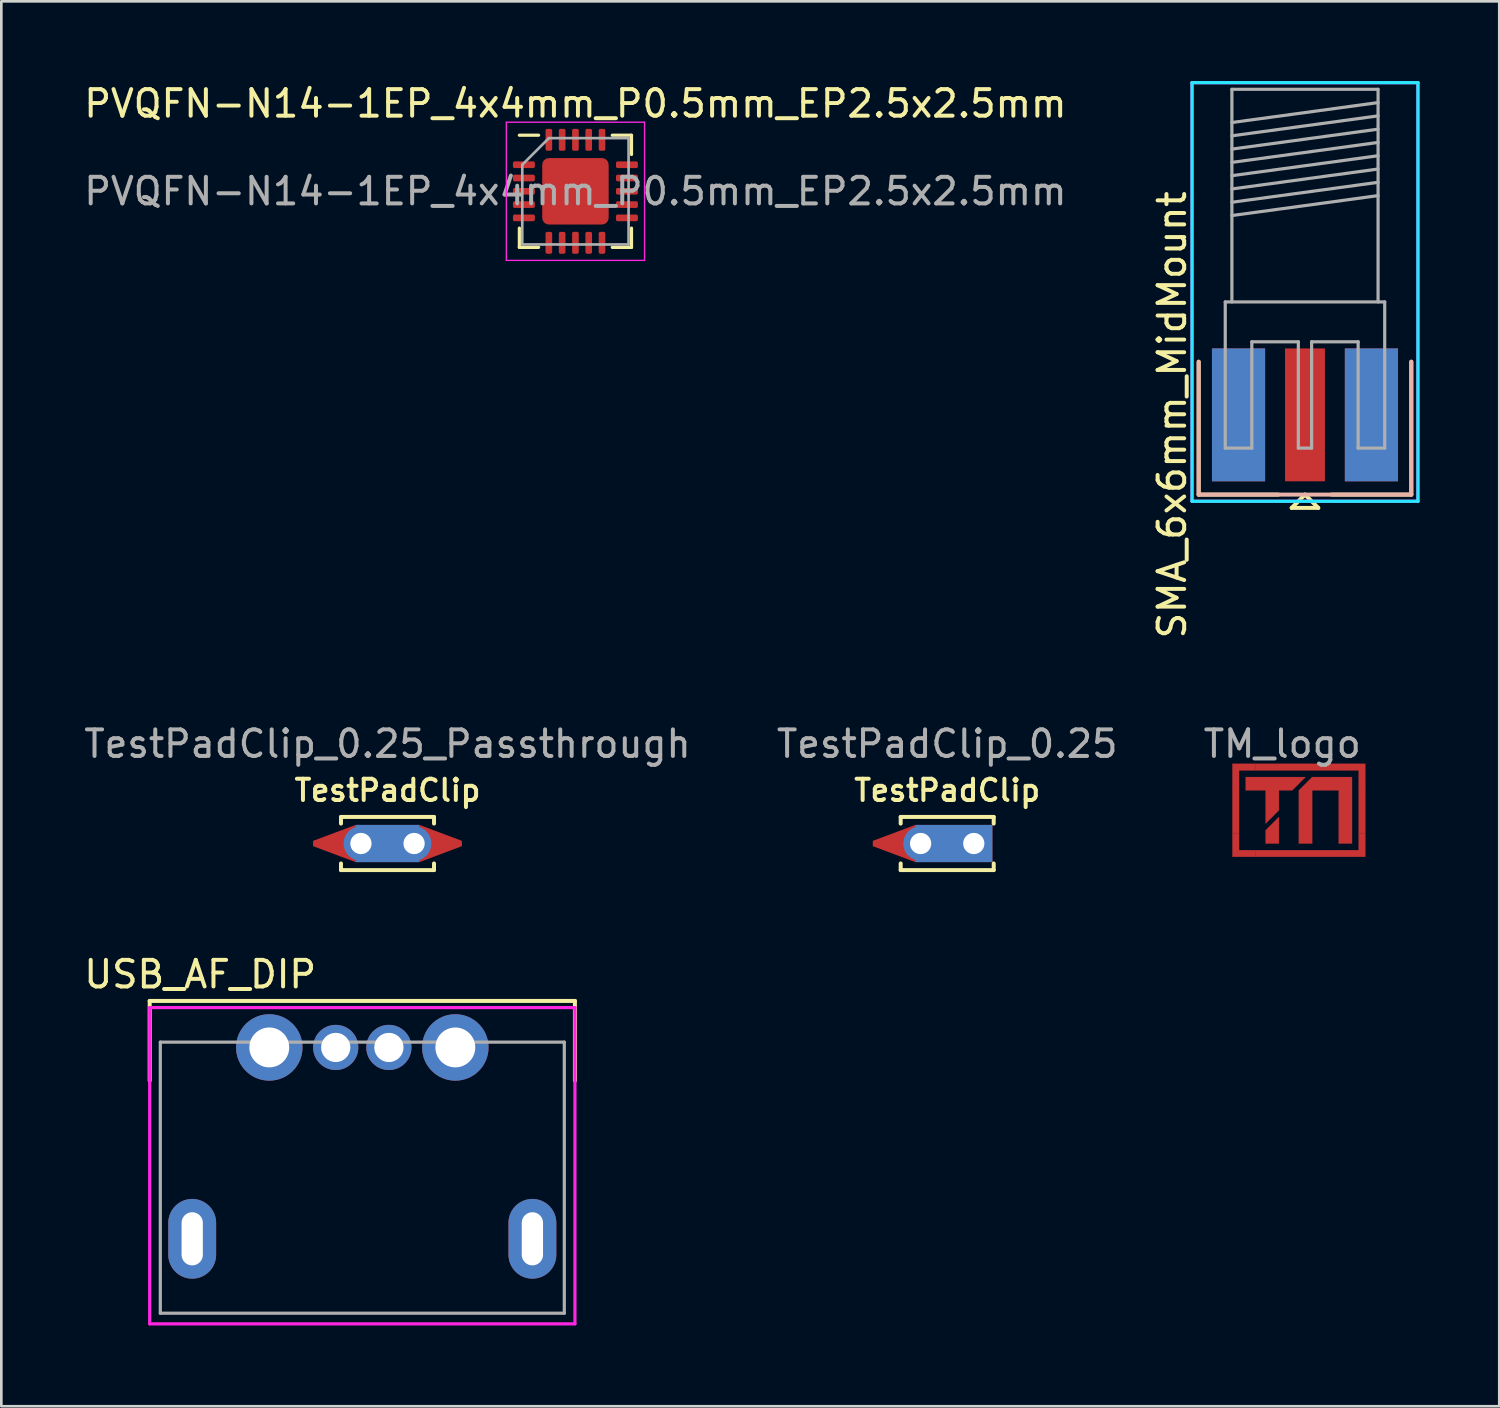
<source format=kicad_pcb>
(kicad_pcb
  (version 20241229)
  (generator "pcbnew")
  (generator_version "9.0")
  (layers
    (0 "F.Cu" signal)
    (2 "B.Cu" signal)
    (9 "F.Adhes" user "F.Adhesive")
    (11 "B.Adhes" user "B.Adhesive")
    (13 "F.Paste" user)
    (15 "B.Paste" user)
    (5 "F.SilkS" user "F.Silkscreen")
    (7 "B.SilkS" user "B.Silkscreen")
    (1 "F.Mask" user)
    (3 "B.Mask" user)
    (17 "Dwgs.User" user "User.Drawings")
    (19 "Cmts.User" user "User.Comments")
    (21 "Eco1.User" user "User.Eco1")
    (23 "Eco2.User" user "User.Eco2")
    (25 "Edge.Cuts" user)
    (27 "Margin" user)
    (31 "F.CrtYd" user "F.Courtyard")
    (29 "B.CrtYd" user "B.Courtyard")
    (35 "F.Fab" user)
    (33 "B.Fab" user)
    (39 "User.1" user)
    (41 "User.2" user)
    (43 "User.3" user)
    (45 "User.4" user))
  (footprint "TM_logo"
    (layer "F.Cu")
    (at 45.571 26.438)
    (property "Reference" "TM_logo" (at -0.375 -1.5 0) (layer "F.Fab") (effects (font (size 1 1) (thickness 0.15))))
    (attr through_hole)
    (fp_poly (pts (xy -2 0.125) (xy -2 1.875) (xy -2.25 1.875) (xy -2.25 0.125)) (stroke (width 0.01) (type solid)) (fill yes) (layer "F.Cu"))
    (fp_poly (pts (xy -0.5 2.25) (xy -1 2.25) (xy -1 1.75) (xy -0.5 1.25)) (stroke (width 0.01) (type solid)) (fill yes) (layer "F.Cu"))
    (fp_poly (pts (xy 1.875 -0.5) (xy -1.375 -0.5) (xy -1.375 -0.75) (xy 1.875 -0.75)) (stroke (width 0.01) (type solid)) (fill yes) (layer "F.Cu"))
    (fp_poly (pts (xy 1.875 2.75) (xy -1.375 2.75) (xy -1.375 2.5) (xy 1.875 2.5)) (stroke (width 0.01) (type solid)) (fill yes) (layer "F.Cu"))
    (fp_poly (pts (xy 2.75 0.125) (xy 2.75 1.875) (xy 2.5 1.875) (xy 2.5 0.125)) (stroke (width 0.01) (type solid)) (fill yes) (layer "F.Cu"))
    (fp_poly (pts (xy -2 1.875) (xy -2 2.5) (xy -1.375 2.5) (xy -1.375 2.75) (xy -2.25 2.75) (xy -2.25 1.875)) (stroke (width 0.01) (type solid)) (fill yes) (layer "F.Cu"))
    (fp_poly (pts (xy -1.375 -0.5) (xy -2 -0.5) (xy -2 0.125) (xy -2.25 0.125) (xy -2.25 -0.75) (xy -1.375 -0.75)) (stroke (width 0.01) (type solid)) (fill yes) (layer "F.Cu"))
    (fp_poly (pts (xy 1.875 2.5) (xy 2.5 2.5) (xy 2.5 1.875) (xy 2.75 1.875) (xy 2.75 2.75) (xy 1.875 2.75)) (stroke (width 0.01) (type solid)) (fill yes) (layer "F.Cu"))
    (fp_poly (pts (xy 2.5 0.125) (xy 2.5 -0.5) (xy 1.875 -0.5) (xy 1.875 -0.75) (xy 2.75 -0.75) (xy 2.75 0.125)) (stroke (width 0.01) (type solid)) (fill yes) (layer "F.Cu"))
    (fp_poly (pts (xy 0 0.25) (xy -0.5 0.25) (xy -0.5 1) (xy -1 1.5) (xy -1 0.25) (xy -1.75 0.25) (xy -1.75 -0.25) (xy 0.5 -0.25)) (stroke (width 0.01) (type solid)) (fill yes) (layer "F.Cu"))
    (fp_poly (pts (xy 2.25 2.25) (xy 1.75 2.25) (xy 1.75 0.25) (xy 0.75 0.25) (xy 0.75 2.25) (xy 0.25 2.25) (xy 0.25 0.25) (xy 0.75 -0.25) (xy 2.25 -0.25)) (stroke (width 0.01) (type solid)) (fill yes) (layer "F.Cu"))
    (fp_poly (pts (xy -0.5 2.25) (xy -1 2.25) (xy -1 1.75) (xy -0.5 1.25)) (stroke (width 0.01) (type solid)) (fill yes) (layer "F.Mask"))
    (fp_poly (pts (xy -2 1.875) (xy -2 2.5) (xy -1.375 2.5) (xy -1.375 2.75) (xy -2.25 2.75) (xy -2.25 1.875)) (stroke (width 0.01) (type solid)) (fill yes) (layer "F.Mask"))
    (fp_poly (pts (xy -1.375 -0.5) (xy -2 -0.5) (xy -2 0.125) (xy -2.25 0.125) (xy -2.25 -0.75) (xy -1.375 -0.75)) (stroke (width 0.01) (type solid)) (fill yes) (layer "F.Mask"))
    (fp_poly (pts (xy 1.875 2.5) (xy 2.5 2.5) (xy 2.5 1.875) (xy 2.75 1.875) (xy 2.75 2.75) (xy 1.875 2.75)) (stroke (width 0.01) (type solid)) (fill yes) (layer "F.Mask"))
    (fp_poly (pts (xy 2.5 0.125) (xy 2.5 -0.5) (xy 1.875 -0.5) (xy 1.875 -0.75) (xy 2.75 -0.75) (xy 2.75 0.125)) (stroke (width 0.01) (type solid)) (fill yes) (layer "F.Mask"))
    (fp_poly (pts (xy 0 0.25) (xy -0.5 0.25) (xy -0.5 1) (xy -1 1.5) (xy -1 0.25) (xy -1.75 0.25) (xy -1.75 -0.25) (xy 0.5 -0.25)) (stroke (width 0.01) (type solid)) (fill yes) (layer "F.Mask"))
    (fp_poly (pts (xy 2.25 2.25) (xy 1.75 2.25) (xy 1.75 0.25) (xy 0.75 0.25) (xy 0.75 2.25) (xy 0.25 2.25) (xy 0.25 0.25) (xy 0.75 -0.25) (xy 2.25 -0.25)) (stroke (width 0.01) (type solid)) (fill yes) (layer "F.Mask")))
  (footprint "SMA_6x6mm_MidMount"
    (layer "F.Cu")
    (at 46.051 12.56)
    (property "Reference" "SMA_6x6mm_MidMount" (at -5 0 90) (layer "F.SilkS") (effects (font (size 1 1) (thickness 0.15))))
    (attr through_hole)
    (fp_line (start -4 -2) (end -4 3) (stroke (width 0.15) (type solid)) (layer "F.SilkS"))
    (fp_line (start -4 3) (end -1 3) (stroke (width 0.15) (type solid)) (layer "F.SilkS"))
    (fp_line (start -0.5 3.5) (end 0.5 3.5) (stroke (width 0.15) (type solid)) (layer "F.SilkS"))
    (fp_line (start 0 3) (end -0.5 3.5) (stroke (width 0.15) (type solid)) (layer "F.SilkS"))
    (fp_line (start 0.5 3.5) (end 0 3) (stroke (width 0.15) (type solid)) (layer "F.SilkS"))
    (fp_line (start 1 3) (end 4 3) (stroke (width 0.15) (type solid)) (layer "F.SilkS"))
    (fp_line (start 4 3) (end 4 -2) (stroke (width 0.15) (type solid)) (layer "F.SilkS"))
    (fp_line (start -4 -2) (end -4 3) (stroke (width 0.15) (type solid)) (layer "B.SilkS"))
    (fp_line (start -4 3) (end 4 3) (stroke (width 0.15) (type solid)) (layer "B.SilkS"))
    (fp_line (start 4 3) (end 4 -2) (stroke (width 0.15) (type solid)) (layer "B.SilkS"))
    (fp_line (start -4.25 -12.5) (end -4.25 3.25) (stroke (width 0.12) (type solid)) (layer "B.CrtYd"))
    (fp_line (start -4.25 3.25) (end 4.25 3.25) (stroke (width 0.12) (type solid)) (layer "B.CrtYd"))
    (fp_line (start 4.25 -12.5) (end -4.25 -12.5) (stroke (width 0.12) (type solid)) (layer "B.CrtYd"))
    (fp_line (start 4.25 3.25) (end 4.25 -12.5) (stroke (width 0.12) (type solid)) (layer "B.CrtYd"))
    (fp_line (start -4.25 -12.5) (end -4.25 3.25) (stroke (width 0.12) (type solid)) (layer "F.CrtYd"))
    (fp_line (start -4.25 3.25) (end 4.25 3.25) (stroke (width 0.12) (type solid)) (layer "F.CrtYd"))
    (fp_line (start 4.25 -12.5) (end -4.25 -12.5) (stroke (width 0.12) (type solid)) (layer "F.CrtYd"))
    (fp_line (start 4.25 3.25) (end 4.25 -12.5) (stroke (width 0.12) (type solid)) (layer "F.CrtYd"))
    (fp_line (start -3 -4.25) (end -3 1.25) (stroke (width 0.12) (type solid)) (layer "F.Fab"))
    (fp_line (start -3 -4.25) (end 3 -4.25) (stroke (width 0.12) (type solid)) (layer "F.Fab"))
    (fp_line (start -3 1.25) (end -2 1.25) (stroke (width 0.12) (type solid)) (layer "F.Fab"))
    (fp_line (start -2.75 -12.25) (end 2.75 -12.25) (stroke (width 0.12) (type solid)) (layer "F.Fab"))
    (fp_line (start -2.75 -4.25) (end -2.75 -12.25) (stroke (width 0.12) (type solid)) (layer "F.Fab"))
    (fp_line (start -2 -2.75) (end -2 1.25) (stroke (width 0.12) (type solid)) (layer "F.Fab"))
    (fp_line (start -2 -2.75) (end -0.25 -2.75) (stroke (width 0.12) (type solid)) (layer "F.Fab"))
    (fp_line (start -0.25 -2.75) (end -0.25 1.25) (stroke (width 0.12) (type solid)) (layer "F.Fab"))
    (fp_line (start -0.25 1.25) (end 0.25 1.25) (stroke (width 0.12) (type solid)) (layer "F.Fab"))
    (fp_line (start 0.25 -2.75) (end 0.25 1.25) (stroke (width 0.12) (type solid)) (layer "F.Fab"))
    (fp_line (start 0.25 -2.75) (end 2 -2.75) (stroke (width 0.12) (type solid)) (layer "F.Fab"))
    (fp_line (start 2 -2.75) (end 2 1.25) (stroke (width 0.12) (type solid)) (layer "F.Fab"))
    (fp_line (start 2 1.25) (end 3 1.25) (stroke (width 0.12) (type solid)) (layer "F.Fab"))
    (fp_line (start 2.75 -11.75) (end -2.75 -11) (stroke (width 0.12) (type solid)) (layer "F.Fab"))
    (fp_line (start 2.75 -11.25) (end -2.75 -10.5) (stroke (width 0.12) (type solid)) (layer "F.Fab"))
    (fp_line (start 2.75 -10.75) (end -2.75 -10) (stroke (width 0.12) (type solid)) (layer "F.Fab"))
    (fp_line (start 2.75 -10.25) (end -2.75 -9.5) (stroke (width 0.12) (type solid)) (layer "F.Fab"))
    (fp_line (start 2.75 -9.75) (end -2.75 -9) (stroke (width 0.12) (type solid)) (layer "F.Fab"))
    (fp_line (start 2.75 -9.25) (end -2.75 -8.5) (stroke (width 0.12) (type solid)) (layer "F.Fab"))
    (fp_line (start 2.75 -8.75) (end -2.75 -8) (stroke (width 0.12) (type solid)) (layer "F.Fab"))
    (fp_line (start 2.75 -8.25) (end -2.75 -7.5) (stroke (width 0.12) (type solid)) (layer "F.Fab"))
    (fp_line (start 2.75 -4.25) (end 2.75 -12.25) (stroke (width 0.12) (type solid)) (layer "F.Fab"))
    (fp_line (start 3 -4.25) (end 3 1.25) (stroke (width 0.12) (type solid)) (layer "F.Fab"))
    (pad "1" smd rect (at 0 0) (size 1.5 5) (layers "F.Cu" "F.Mask" "F.Paste"))
    (pad "2" smd rect (at -2.5 0) (size 2 5) (layers "F.Cu" "F.Mask" "F.Paste"))
    (pad "2" smd rect (at -2.5 0) (size 2 5) (layers "B.Cu" "B.Mask" "B.Paste"))
    (pad "2" smd rect (at 2.5 0) (size 2 5) (layers "F.Cu" "F.Mask" "F.Paste"))
    (pad "2" smd rect (at 2.5 0) (size 2 5) (layers "B.Cu" "B.Mask" "B.Paste")))
  (footprint "USB_AF_DIP"
    (layer "F.Cu")
    (at 10.582 46.611)
    (property "Reference" "USB_AF_DIP" (at -6.1 -13 0) (layer "F.SilkS") (effects (font (size 1 1) (thickness 0.15))))
    (attr through_hole)
    (fp_line (start -8 -12) (end 8 -12) (stroke (width 0.15) (type solid)) (layer "F.SilkS"))
    (fp_line (start -8 -9) (end -8 -12) (stroke (width 0.15) (type solid)) (layer "F.SilkS"))
    (fp_line (start 8 -12) (end 8 -9) (stroke (width 0.15) (type solid)) (layer "F.SilkS"))
    (fp_line (start -8 -11.75) (end -8 0.15) (stroke (width 0.12) (type solid)) (layer "F.CrtYd"))
    (fp_line (start -8 0.15) (end 8 0.15) (stroke (width 0.12) (type solid)) (layer "F.CrtYd"))
    (fp_line (start 8 -11.75) (end -8 -11.75) (stroke (width 0.12) (type solid)) (layer "F.CrtYd"))
    (fp_line (start 8 0.15) (end 8 -11.75) (stroke (width 0.12) (type solid)) (layer "F.CrtYd"))
    (fp_line (start -7.6 -10.45) (end -7.6 -0.25) (stroke (width 0.12) (type solid)) (layer "F.Fab"))
    (fp_line (start 7.6 -10.45) (end -7.6 -10.45) (stroke (width 0.12) (type solid)) (layer "F.Fab"))
    (fp_line (start 7.6 -10.45) (end 7.6 -0.25) (stroke (width 0.12) (type solid)) (layer "F.Fab"))
    (fp_line (start 7.6 -0.25) (end -7.6 -0.25) (stroke (width 0.12) (type solid)) (layer "F.Fab"))
    (pad "1" thru_hole circle (at -3.5 -10.25) (size 2.5 2.5) (drill 1.5) (layers "*.Cu" "*.Mask"))
    (pad "2" thru_hole circle (at -1 -10.25) (size 1.7 1.7) (drill 1.1) (layers "*.Cu" "*.Mask"))
    (pad "3" thru_hole circle (at 1 -10.25) (size 1.7 1.7) (drill 1.1) (layers "*.Cu" "*.Mask"))
    (pad "4" thru_hole circle (at 3.5 -10.25) (size 2.5 2.5) (drill 1.5) (layers "*.Cu" "*.Mask"))
    (pad "5" thru_hole oval (at -6.4 -3.05) (size 1.8 3) (drill oval 0.8 2) (layers "*.Cu" "*.Mask"))
    (pad "5" thru_hole oval (at 6.4 -3.05) (size 1.8 3) (drill oval 0.8 2) (layers "*.Cu" "*.Mask")))
  (footprint "PVQFN-N14-1EP_4x4mm_P0.5mm_EP2.5x2.5mm"
    (layer "F.Cu")
    (at 18.601 4.148)
    (property "Reference" "PVQFN-N14-1EP_4x4mm_P0.5mm_EP2.5x2.5mm" (at 0 -3.3 0) (layer "F.SilkS") (effects (font (size 1 1) (thickness 0.15))))
    (attr smd)
    (fp_line (start -2.11 2.11) (end -2.11 1.385) (stroke (width 0.12) (type solid)) (layer "F.SilkS"))
    (fp_line (start -1.385 -2.11) (end -2.11 -2.11) (stroke (width 0.12) (type solid)) (layer "F.SilkS"))
    (fp_line (start -1.385 2.11) (end -2.11 2.11) (stroke (width 0.12) (type solid)) (layer "F.SilkS"))
    (fp_line (start 1.385 -2.11) (end 2.11 -2.11) (stroke (width 0.12) (type solid)) (layer "F.SilkS"))
    (fp_line (start 1.385 2.11) (end 2.11 2.11) (stroke (width 0.12) (type solid)) (layer "F.SilkS"))
    (fp_line (start 2.11 -2.11) (end 2.11 -1.385) (stroke (width 0.12) (type solid)) (layer "F.SilkS"))
    (fp_line (start 2.11 2.11) (end 2.11 1.385) (stroke (width 0.12) (type solid)) (layer "F.SilkS"))
    (fp_line (start -2.6 -2.6) (end -2.6 2.6) (stroke (width 0.05) (type solid)) (layer "F.CrtYd"))
    (fp_line (start -2.6 2.6) (end 2.6 2.6) (stroke (width 0.05) (type solid)) (layer "F.CrtYd"))
    (fp_line (start 2.6 -2.6) (end -2.6 -2.6) (stroke (width 0.05) (type solid)) (layer "F.CrtYd"))
    (fp_line (start 2.6 2.6) (end 2.6 -2.6) (stroke (width 0.05) (type solid)) (layer "F.CrtYd"))
    (fp_line (start -2 -1) (end -1 -2) (stroke (width 0.1) (type solid)) (layer "F.Fab"))
    (fp_line (start -2 2) (end -2 -1) (stroke (width 0.1) (type solid)) (layer "F.Fab"))
    (fp_line (start -1 -2) (end 2 -2) (stroke (width 0.1) (type solid)) (layer "F.Fab"))
    (fp_line (start 2 -2) (end 2 2) (stroke (width 0.1) (type solid)) (layer "F.Fab"))
    (fp_line (start 2 2) (end -2 2) (stroke (width 0.1) (type solid)) (layer "F.Fab"))
    (fp_text user "${REFERENCE}" (at 0 0 0) (layer "F.Fab") (effects (font (size 1 1) (thickness 0.15))))
    (pad "" smd roundrect (at -0.625 -0.625) (size 1.01 1.01) (layers "F.Paste") (roundrect_rratio 0.248))
    (pad "" smd roundrect (at -0.625 0.625) (size 1.01 1.01) (layers "F.Paste") (roundrect_rratio 0.248))
    (pad "" smd roundrect (at 0.625 -0.625) (size 1.01 1.01) (layers "F.Paste") (roundrect_rratio 0.248))
    (pad "" smd roundrect (at 0.625 0.625) (size 1.01 1.01) (layers "F.Paste") (roundrect_rratio 0.248))
    (pad "1" smd roundrect (at -1.938 -1) (size 0.825 0.25) (layers "F.Cu" "F.Mask" "F.Paste") (roundrect_rratio 0.25))
    (pad "2" smd roundrect (at -1.938 -0.5) (size 0.825 0.25) (layers "F.Cu" "F.Mask" "F.Paste") (roundrect_rratio 0.25))
    (pad "3" smd roundrect (at -1.938 0) (size 0.825 0.25) (layers "F.Cu" "F.Mask" "F.Paste") (roundrect_rratio 0.25))
    (pad "4" smd roundrect (at -1.938 0.5) (size 0.825 0.25) (layers "F.Cu" "F.Mask" "F.Paste") (roundrect_rratio 0.25))
    (pad "5" smd roundrect (at -1.938 1) (size 0.825 0.25) (layers "F.Cu" "F.Mask" "F.Paste") (roundrect_rratio 0.25))
    (pad "6" smd roundrect (at -1 1.938) (size 0.25 0.825) (layers "F.Cu" "F.Mask" "F.Paste") (roundrect_rratio 0.25))
    (pad "7" smd roundrect (at -0.5 1.938) (size 0.25 0.825) (layers "F.Cu" "F.Mask" "F.Paste") (roundrect_rratio 0.25))
    (pad "8" smd roundrect (at 0 1.938) (size 0.25 0.825) (layers "F.Cu" "F.Mask" "F.Paste") (roundrect_rratio 0.25))
    (pad "9" smd roundrect (at 0.5 1.938) (size 0.25 0.825) (layers "F.Cu" "F.Mask" "F.Paste") (roundrect_rratio 0.25))
    (pad "10" smd roundrect (at 1 1.938) (size 0.25 0.825) (layers "F.Cu" "F.Mask" "F.Paste") (roundrect_rratio 0.25))
    (pad "11" smd roundrect (at 1.938 1) (size 0.825 0.25) (layers "F.Cu" "F.Mask" "F.Paste") (roundrect_rratio 0.25))
    (pad "12" smd roundrect (at 1.938 0.5) (size 0.825 0.25) (layers "F.Cu" "F.Mask" "F.Paste") (roundrect_rratio 0.25))
    (pad "13" smd roundrect (at 1.938 0) (size 0.825 0.25) (layers "F.Cu" "F.Mask" "F.Paste") (roundrect_rratio 0.25))
    (pad "14" smd roundrect (at 1.938 -0.5) (size 0.825 0.25) (layers "F.Cu" "F.Mask" "F.Paste") (roundrect_rratio 0.25))
    (pad "15" smd roundrect (at 1.938 -1) (size 0.825 0.25) (layers "F.Cu" "F.Mask" "F.Paste") (roundrect_rratio 0.25))
    (pad "16" smd roundrect (at 1 -1.938) (size 0.25 0.825) (layers "F.Cu" "F.Mask" "F.Paste") (roundrect_rratio 0.25))
    (pad "17" smd roundrect (at 0.5 -1.938) (size 0.25 0.825) (layers "F.Cu" "F.Mask" "F.Paste") (roundrect_rratio 0.25))
    (pad "18" smd roundrect (at 0 -1.938) (size 0.25 0.825) (layers "F.Cu" "F.Mask" "F.Paste") (roundrect_rratio 0.25))
    (pad "19" smd roundrect (at -0.5 -1.938) (size 0.25 0.825) (layers "F.Cu" "F.Mask" "F.Paste") (roundrect_rratio 0.25))
    (pad "20" smd roundrect (at -1 -1.938) (size 0.25 0.825) (layers "F.Cu" "F.Mask" "F.Paste") (roundrect_rratio 0.25))
    (pad "21" smd roundrect (at 0 0) (size 2.5 2.5) (layers "F.Cu" "F.Mask") (roundrect_rratio 0.1)))
  (footprint "TestPadClip_0.25_Passthrough"
    (layer "F.Cu")
    (at 11.53 28.688)
    (property "Reference" "TestPadClip_0.25_Passthrough" (at 0 -3.75 0) (layer "F.Fab") (effects (font (size 1 1) (thickness 0.15))))
    (property "Value" "TestPadClip" (at 0 -2 0) (layer "F.Fab") (hide yes) (effects (font (size 0.8 0.8) (thickness 0.15))))
    (attr through_hole)
    (fp_line (start -1.75 -1) (end 1.75 -1) (stroke (width 0.15) (type solid)) (layer "F.SilkS"))
    (fp_line (start -1.75 -0.75) (end -1.75 -1) (stroke (width 0.15) (type solid)) (layer "F.SilkS"))
    (fp_line (start -1.75 1) (end -1.75 0.75) (stroke (width 0.15) (type solid)) (layer "F.SilkS"))
    (fp_line (start 1.75 -1) (end 1.75 -0.75) (stroke (width 0.15) (type solid)) (layer "F.SilkS"))
    (fp_line (start 1.75 0.75) (end 1.75 1) (stroke (width 0.15) (type solid)) (layer "F.SilkS"))
    (fp_line (start 1.75 1) (end -1.75 1) (stroke (width 0.15) (type solid)) (layer "F.SilkS"))
    (fp_text user "${VALUE}" (at 0 -2 0) (layer "F.SilkS") (effects (font (size 0.8 0.8) (thickness 0.15))))
    (pad "1" smd trapezoid (at -2 0 180) (size 1.6 0.8) (rect_delta 0.6 0) (layers "F.Cu"))
    (pad "1" thru_hole circle (at -1 0) (size 1.3 1.3) (drill 0.8) (layers "*.Cu" "*.Mask"))
    (pad "1" smd rect (at 0 0) (size 2.4 1.4) (layers "F.Cu"))
    (pad "1" smd rect (at 0 0) (size 2.4 1.4) (layers "B.Cu"))
    (pad "1" thru_hole circle (at 1 0) (size 1.3 1.3) (drill 0.8) (layers "*.Cu" "*.Mask"))
    (pad "1" smd trapezoid (at 2 0) (size 1.6 0.8) (rect_delta 0.6 0) (layers "F.Cu")))
  (footprint "TestPadClip_0.25"
    (layer "F.Cu")
    (at 32.589 28.688)
    (property "Reference" "TestPadClip_0.25" (at 0 -3.75 0) (layer "F.Fab") (effects (font (size 1 1) (thickness 0.15))))
    (property "Value" "TestPadClip" (at 0 -2 0) (layer "F.Fab") (hide yes) (effects (font (size 0.8 0.8) (thickness 0.15))))
    (attr through_hole)
    (fp_line (start -1.75 -1) (end 1.75 -1) (stroke (width 0.15) (type solid)) (layer "F.SilkS"))
    (fp_line (start -1.75 -0.75) (end -1.75 -1) (stroke (width 0.15) (type solid)) (layer "F.SilkS"))
    (fp_line (start -1.75 1) (end -1.75 0.75) (stroke (width 0.15) (type solid)) (layer "F.SilkS"))
    (fp_line (start 1.75 -1) (end 1.75 -0.75) (stroke (width 0.15) (type solid)) (layer "F.SilkS"))
    (fp_line (start 1.75 0.75) (end 1.75 1) (stroke (width 0.15) (type solid)) (layer "F.SilkS"))
    (fp_line (start 1.75 1) (end -1.75 1) (stroke (width 0.15) (type solid)) (layer "F.SilkS"))
    (fp_text user "${VALUE}" (at 0 -2 0) (layer "F.SilkS") (effects (font (size 0.8 0.8) (thickness 0.15))))
    (pad "1" smd trapezoid (at -2 0 180) (size 1.6 0.8) (rect_delta 0.6 0) (layers "F.Cu"))
    (pad "1" thru_hole circle (at -1 0) (size 1.3 1.3) (drill 0.8) (layers "*.Cu" "*.Mask"))
    (pad "1" smd rect (at 0.25 0) (size 2.9 1.4) (layers "F.Cu"))
    (pad "1" smd rect (at 0.25 0) (size 2.9 1.4) (layers "B.Cu"))
    (pad "1" thru_hole circle (at 1 0) (size 1.3 1.3) (drill 0.8) (layers "*.Cu" "*.Mask")))
  (gr_rect
    (start -3 -3)
    (end 53.361 49.861)
    (stroke (width 0.1) (type default))
    (fill no)
    (layer "Edge.Cuts")))
</source>
